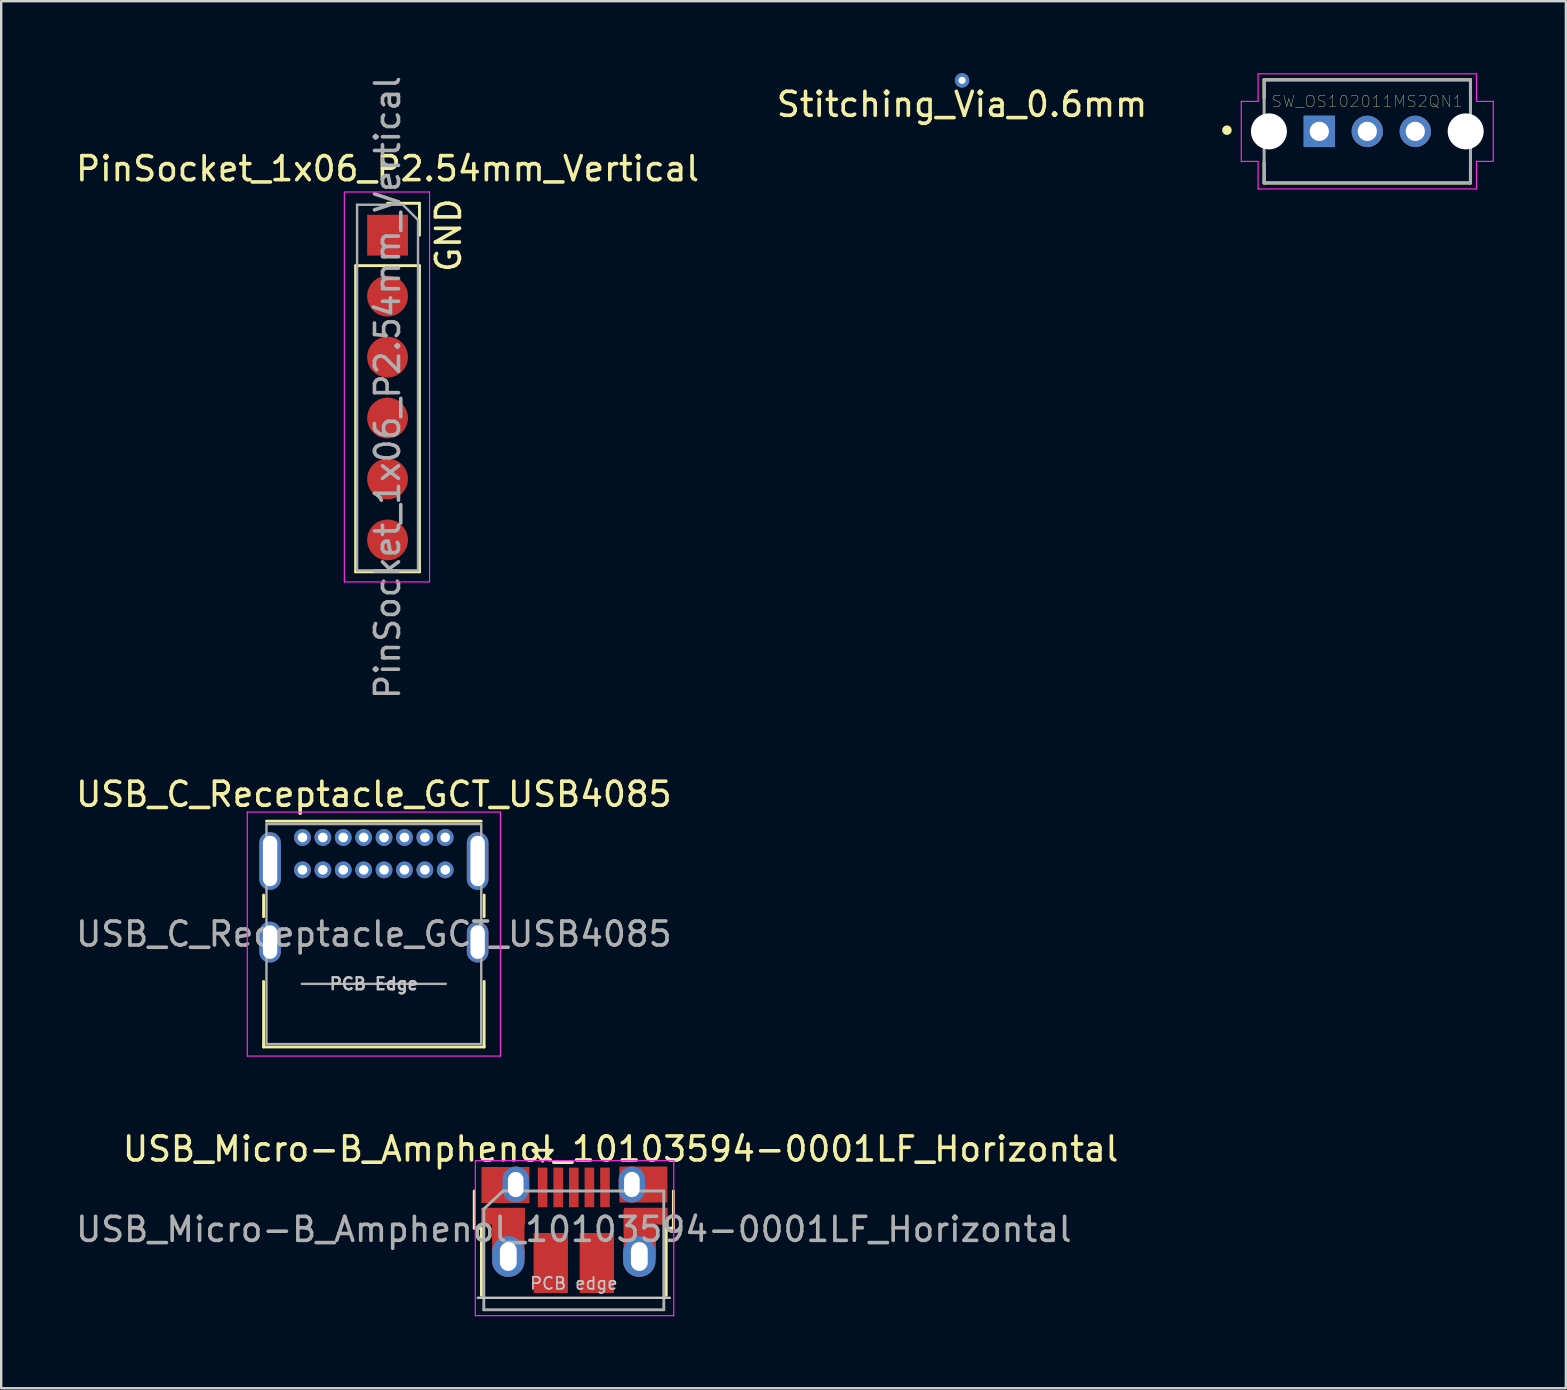
<source format=kicad_pcb>
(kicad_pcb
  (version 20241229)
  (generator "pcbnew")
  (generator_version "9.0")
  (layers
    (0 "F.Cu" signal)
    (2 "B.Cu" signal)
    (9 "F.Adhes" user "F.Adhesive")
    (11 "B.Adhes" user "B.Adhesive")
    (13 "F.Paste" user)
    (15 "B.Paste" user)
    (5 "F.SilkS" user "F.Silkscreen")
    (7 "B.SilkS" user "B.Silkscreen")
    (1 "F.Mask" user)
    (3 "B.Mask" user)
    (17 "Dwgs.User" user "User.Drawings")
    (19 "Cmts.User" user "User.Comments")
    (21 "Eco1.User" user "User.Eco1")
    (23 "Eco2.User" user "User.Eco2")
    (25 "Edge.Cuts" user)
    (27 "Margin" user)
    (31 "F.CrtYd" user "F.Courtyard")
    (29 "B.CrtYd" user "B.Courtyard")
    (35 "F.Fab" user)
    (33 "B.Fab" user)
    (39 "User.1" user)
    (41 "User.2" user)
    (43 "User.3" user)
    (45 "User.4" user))
  (footprint "USB_Micro-B_Amphenol_10103594-0001LF_Horizontal"
    (layer "F.Cu")
    (at 20.888 48.199)
    (property "Reference" "USB_Micro-B_Amphenol_10103594-0001LF_Horizontal" (at 1.925 -3.365 0) (layer "F.SilkS") (effects (font (size 1 1) (thickness 0.15))))
    (attr smd)
    (fp_line (start -4.175 -0.065) (end -4.175 -1.615) (stroke (width 0.12) (type solid)) (layer "F.SilkS"))
    (fp_line (start -4.175 -0.065) (end -3.875 -0.065) (stroke (width 0.12) (type solid)) (layer "F.SilkS"))
    (fp_line (start -3.875 2.735) (end -3.875 -0.065) (stroke (width 0.12) (type solid)) (layer "F.SilkS"))
    (fp_line (start -1.725 -3.315) (end -0.925 -3.315) (stroke (width 0.12) (type solid)) (layer "F.SilkS"))
    (fp_line (start -1.325 -2.865) (end -1.725 -3.315) (stroke (width 0.12) (type solid)) (layer "F.SilkS"))
    (fp_line (start -0.925 -3.315) (end -1.325 -2.865) (stroke (width 0.12) (type solid)) (layer "F.SilkS"))
    (fp_line (start 3.825 -0.065) (end 4.125 -0.065) (stroke (width 0.12) (type solid)) (layer "F.SilkS"))
    (fp_line (start 3.825 2.735) (end 3.825 -0.065) (stroke (width 0.12) (type solid)) (layer "F.SilkS"))
    (fp_line (start 4.125 -0.065) (end 4.125 -1.615) (stroke (width 0.12) (type solid)) (layer "F.SilkS"))
    (fp_line (start -4.025 2.835) (end 3.975 2.835) (stroke (width 0.1) (type solid)) (layer "Dwgs.User"))
    (fp_line (start -4.13 -2.88) (end -4.13 3.58) (stroke (width 0.05) (type solid)) (layer "F.CrtYd"))
    (fp_line (start -4.13 -2.88) (end 4.14 -2.88) (stroke (width 0.05) (type solid)) (layer "F.CrtYd"))
    (fp_line (start 4.14 3.58) (end -4.13 3.58) (stroke (width 0.05) (type solid)) (layer "F.CrtYd"))
    (fp_line (start 4.14 3.58) (end 4.14 -2.88) (stroke (width 0.05) (type solid)) (layer "F.CrtYd"))
    (fp_line (start -3.775 -0.865) (end -2.975 -1.615) (stroke (width 0.12) (type solid)) (layer "F.Fab"))
    (fp_line (start -3.775 3.335) (end -3.775 -0.865) (stroke (width 0.12) (type solid)) (layer "F.Fab"))
    (fp_line (start -2.975 -1.615) (end 3.725 -1.615) (stroke (width 0.12) (type solid)) (layer "F.Fab"))
    (fp_line (start 3.725 -1.615) (end 3.725 3.335) (stroke (width 0.12) (type solid)) (layer "F.Fab"))
    (fp_line (start 3.725 3.335) (end -3.775 3.335) (stroke (width 0.12) (type solid)) (layer "F.Fab"))
    (fp_text user "PCB edge" (at -0.025 2.235 0) (layer "Dwgs.User") (effects (font (size 0.5 0.5) (thickness 0.075))))
    (fp_text user "${REFERENCE}" (at -0.025 -0.015 0) (layer "F.Fab") (effects (font (size 1 1) (thickness 0.15))))
    (pad "1" smd rect (at -1.325 -1.765 90) (size 1.65 0.4) (layers "F.Cu" "F.Mask" "F.Paste"))
    (pad "2" smd rect (at -0.675 -1.765 90) (size 1.65 0.4) (layers "F.Cu" "F.Mask" "F.Paste"))
    (pad "3" smd rect (at -0.025 -1.765 90) (size 1.65 0.4) (layers "F.Cu" "F.Mask" "F.Paste"))
    (pad "4" smd rect (at 0.625 -1.765 90) (size 1.65 0.4) (layers "F.Cu" "F.Mask" "F.Paste"))
    (pad "5" smd rect (at 1.275 -1.765 90) (size 1.65 0.4) (layers "F.Cu" "F.Mask" "F.Paste"))
    (pad "6" smd rect (at -2.975 -0.565) (size 1.825 0.7) (layers "F.Cu" "F.Mask" "F.Paste"))
    (pad "6" smd rect (at -2.875 -1.865) (size 2 1.5) (layers "F.Cu" "F.Mask" "F.Paste"))
    (pad "6" smd rect (at -2.755 0.185) (size 1.35 2) (layers "F.Cu" "F.Mask" "F.Paste"))
    (pad "6" thru_hole oval (at -2.755 1.115 90) (size 1.7 1.35) (drill oval 1.2 0.7) (layers "*.Cu" "*.Mask"))
    (pad "6" thru_hole oval (at -2.445 -1.885 90) (size 1.5 1.1) (drill oval 1.05 0.65) (layers "*.Cu" "*.Mask"))
    (pad "6" smd rect (at -0.985 1.385 90) (size 2.5 1.43) (layers "F.Cu" "F.Mask" "F.Paste"))
    (pad "6" smd rect (at 0.935 1.385 90) (size 2.5 1.43) (layers "F.Cu" "F.Mask" "F.Paste"))
    (pad "6" thru_hole oval (at 2.395 -1.885 90) (size 1.5 1.1) (drill oval 1.05 0.65) (layers "*.Cu" "*.Mask"))
    (pad "6" thru_hole oval (at 2.705 1.115 90) (size 1.7 1.35) (drill oval 1.2 0.7) (layers "*.Cu" "*.Mask"))
    (pad "6" smd rect (at 2.725 0.185) (size 1.35 2) (layers "F.Cu" "F.Mask" "F.Paste"))
    (pad "6" smd rect (at 2.875 -1.885) (size 2 1.5) (layers "F.Cu" "F.Mask" "F.Paste"))
    (pad "6" smd rect (at 2.975 -0.565) (size 1.825 0.7) (layers "F.Cu" "F.Mask" "F.Paste")))
  (footprint "SW_OS102011MS2QN1"
    (layer "F.Cu")
    (at 53.931 2.425)
    (property "Reference" "SW_OS102011MS2QN1" (at 0 -1.25 0) (layer "F.SilkS") (effects (font (size 0.48 0.48) (thickness 0.015))))
    (attr through_hole)
    (fp_line (start -4.3 -2.15) (end -4.3 -1.4) (stroke (width 0.127) (type solid)) (layer "F.SilkS"))
    (fp_line (start -4.3 1.3) (end -4.3 2.15) (stroke (width 0.127) (type solid)) (layer "F.SilkS"))
    (fp_line (start -4.3 2.15) (end 4.3 2.15) (stroke (width 0.127) (type solid)) (layer "F.SilkS"))
    (fp_line (start 4.3 -2.15) (end -4.3 -2.15) (stroke (width 0.127) (type solid)) (layer "F.SilkS"))
    (fp_line (start 4.3 -1.4) (end 4.3 -2.15) (stroke (width 0.127) (type solid)) (layer "F.SilkS"))
    (fp_line (start 4.3 2.15) (end 4.3 1.4) (stroke (width 0.127) (type solid)) (layer "F.SilkS"))
    (fp_circle (center -5.85 -0.05) (end -5.75 -0.05) (stroke (width 0.2) (type solid)) (fill no) (layer "F.SilkS"))
    (fp_line (start -5.25 -1.25) (end -4.55 -1.25) (stroke (width 0.05) (type solid)) (layer "F.CrtYd"))
    (fp_line (start -5.25 1.25) (end -5.25 -1.25) (stroke (width 0.05) (type solid)) (layer "F.CrtYd"))
    (fp_line (start -4.55 -2.4) (end 4.55 -2.4) (stroke (width 0.05) (type solid)) (layer "F.CrtYd"))
    (fp_line (start -4.55 -1.25) (end -4.55 -2.4) (stroke (width 0.05) (type solid)) (layer "F.CrtYd"))
    (fp_line (start -4.55 1.25) (end -5.25 1.25) (stroke (width 0.05) (type solid)) (layer "F.CrtYd"))
    (fp_line (start -4.55 2.4) (end -4.55 1.25) (stroke (width 0.05) (type solid)) (layer "F.CrtYd"))
    (fp_line (start 4.55 -2.4) (end 4.55 -1.25) (stroke (width 0.05) (type solid)) (layer "F.CrtYd"))
    (fp_line (start 4.55 -1.25) (end 5.25 -1.25) (stroke (width 0.05) (type solid)) (layer "F.CrtYd"))
    (fp_line (start 4.55 1.25) (end 4.55 2.4) (stroke (width 0.05) (type solid)) (layer "F.CrtYd"))
    (fp_line (start 4.55 2.4) (end -4.55 2.4) (stroke (width 0.05) (type solid)) (layer "F.CrtYd"))
    (fp_line (start 5.25 -1.25) (end 5.25 1.25) (stroke (width 0.05) (type solid)) (layer "F.CrtYd"))
    (fp_line (start 5.25 1.25) (end 4.55 1.25) (stroke (width 0.05) (type solid)) (layer "F.CrtYd"))
    (fp_line (start -4.3 -2.15) (end 4.3 -2.15) (stroke (width 0.127) (type solid)) (layer "F.Fab"))
    (fp_line (start -4.3 2.15) (end -4.3 -2.15) (stroke (width 0.127) (type solid)) (layer "F.Fab"))
    (fp_line (start 4.3 -2.15) (end 4.3 2.15) (stroke (width 0.127) (type solid)) (layer "F.Fab"))
    (fp_line (start 4.3 2.15) (end -4.3 2.15) (stroke (width 0.127) (type solid)) (layer "F.Fab"))
    (fp_circle (center -2.1 -0.05) (end -2 -0.05) (stroke (width 0.2) (type solid)) (fill no) (layer "F.Fab"))
    (pad "" np_thru_hole circle (at -4.1 0) (size 1.5 1.5) (drill 1.5) (layers "*.Cu" "*.Mask"))
    (pad "" np_thru_hole circle (at 4.1 0) (size 1.5 1.5) (drill 1.5) (layers "*.Cu" "*.Mask"))
    (pad "1" thru_hole rect (at -2 0) (size 1.308 1.308) (drill 0.8) (layers "*.Cu" "*.Mask"))
    (pad "2" thru_hole circle (at 0 0) (size 1.308 1.308) (drill 0.8) (layers "*.Cu" "*.Mask"))
    (pad "3" thru_hole circle (at 2 0) (size 1.308 1.308) (drill 0.8) (layers "*.Cu" "*.Mask")))
  (footprint "PinSocket_1x06_P2.54mm_Vertical"
    (layer "F.Cu")
    (at 13.101 6.751)
    (property "Reference" "PinSocket_1x06_P2.54mm_Vertical" (at 0 -2.77 0) (layer "F.SilkS") (effects (font (size 1 1) (thickness 0.15))))
    (attr through_hole)
    (fp_line (start -1.33 1.27) (end -1.33 14.03) (stroke (width 0.12) (type solid)) (layer "F.SilkS"))
    (fp_line (start -1.33 1.27) (end 1.33 1.27) (stroke (width 0.12) (type solid)) (layer "F.SilkS"))
    (fp_line (start -1.33 14.03) (end 1.33 14.03) (stroke (width 0.12) (type solid)) (layer "F.SilkS"))
    (fp_line (start 0 -1.33) (end 1.33 -1.33) (stroke (width 0.12) (type solid)) (layer "F.SilkS"))
    (fp_line (start 1.33 -1.33) (end 1.33 0) (stroke (width 0.12) (type solid)) (layer "F.SilkS"))
    (fp_line (start 1.33 1.27) (end 1.33 14.03) (stroke (width 0.12) (type solid)) (layer "F.SilkS"))
    (fp_line (start -1.8 -1.8) (end 1.75 -1.8) (stroke (width 0.05) (type solid)) (layer "F.CrtYd"))
    (fp_line (start -1.8 14.45) (end -1.8 -1.8) (stroke (width 0.05) (type solid)) (layer "F.CrtYd"))
    (fp_line (start 1.75 -1.8) (end 1.75 14.45) (stroke (width 0.05) (type solid)) (layer "F.CrtYd"))
    (fp_line (start 1.75 14.45) (end -1.8 14.45) (stroke (width 0.05) (type solid)) (layer "F.CrtYd"))
    (fp_line (start -1.27 -1.27) (end 0.635 -1.27) (stroke (width 0.1) (type solid)) (layer "F.Fab"))
    (fp_line (start -1.27 13.97) (end -1.27 -1.27) (stroke (width 0.1) (type solid)) (layer "F.Fab"))
    (fp_line (start 0.635 -1.27) (end 1.27 -0.635) (stroke (width 0.1) (type solid)) (layer "F.Fab"))
    (fp_line (start 1.27 -0.635) (end 1.27 13.97) (stroke (width 0.1) (type solid)) (layer "F.Fab"))
    (fp_line (start 1.27 13.97) (end -1.27 13.97) (stroke (width 0.1) (type solid)) (layer "F.Fab"))
    (fp_text user "GND" (at 2.54 0 270) (layer "F.SilkS") (effects (font (size 1 1) (thickness 0.15))))
    (fp_text user "${REFERENCE}" (at 0 6.35 90) (layer "F.Fab") (effects (font (size 1 1) (thickness 0.15))))
    (pad "1" smd rect (at 0 0) (size 1.7 1.7) (layers "F.Cu" "F.Mask"))
    (pad "2" smd oval (at 0 2.54) (size 1.7 1.7) (layers "F.Cu" "F.Mask"))
    (pad "3" smd oval (at 0 5.08) (size 1.7 1.7) (layers "F.Cu" "F.Mask"))
    (pad "4" smd oval (at 0 7.62) (size 1.7 1.7) (layers "F.Cu" "F.Mask"))
    (pad "5" smd oval (at 0 10.16) (size 1.7 1.7) (layers "F.Cu" "F.Mask"))
    (pad "6" smd oval (at 0 12.7) (size 1.7 1.7) (layers "F.Cu" "F.Mask")))
  (footprint "Stitching_Via_0.6mm"
    (layer "F.Cu")
    (at 37.042 0.3)
    (property "Reference" "Stitching_Via_0.6mm" (at 0 1 0) (layer "F.SilkS") (effects (font (size 1 1) (thickness 0.15))))
    (attr through_hole)
    (pad "1" thru_hole circle (at 0 0) (size 0.6 0.6) (drill 0.3) (layers "*.Cu")))
  (footprint "USB_C_Receptacle_GCT_USB4085"
    (layer "F.Cu")
    (at 12.555 35.851)
    (property "Reference" "USB_C_Receptacle_GCT_USB4085" (at -0.025 -5.8 0) (layer "F.SilkS") (effects (font (size 1 1) (thickness 0.15))))
    (attr through_hole)
    (fp_line (start -4.62 -1.6) (end -4.62 -0.7) (stroke (width 0.12) (type solid)) (layer "F.SilkS"))
    (fp_line (start -4.62 2) (end -4.62 4.73) (stroke (width 0.12) (type solid)) (layer "F.SilkS"))
    (fp_line (start -4.62 4.73) (end 4.57 4.73) (stroke (width 0.12) (type solid)) (layer "F.SilkS"))
    (fp_line (start -4.5 -4.68) (end 4.45 -4.68) (stroke (width 0.12) (type solid)) (layer "F.SilkS"))
    (fp_line (start 4.57 -1.6) (end 4.57 -0.7) (stroke (width 0.12) (type solid)) (layer "F.SilkS"))
    (fp_line (start 4.57 2) (end 4.57 4.73) (stroke (width 0.12) (type solid)) (layer "F.SilkS"))
    (fp_line (start -5.3 -5.06) (end -5.3 5.11) (stroke (width 0.05) (type solid)) (layer "F.CrtYd"))
    (fp_line (start -5.3 -5.06) (end 5.25 -5.06) (stroke (width 0.05) (type solid)) (layer "F.CrtYd"))
    (fp_line (start -5.3 5.11) (end 5.25 5.11) (stroke (width 0.05) (type solid)) (layer "F.CrtYd"))
    (fp_line (start 5.25 -5.06) (end 5.25 5.11) (stroke (width 0.05) (type solid)) (layer "F.CrtYd"))
    (fp_line (start -4.5 -4.56) (end -4.5 4.61) (stroke (width 0.1) (type solid)) (layer "F.Fab"))
    (fp_line (start -4.5 -4.56) (end 4.45 -4.56) (stroke (width 0.1) (type solid)) (layer "F.Fab"))
    (fp_line (start -4.5 4.61) (end 4.45 4.61) (stroke (width 0.1) (type solid)) (layer "F.Fab"))
    (fp_line (start -3.025 2.1) (end 2.975 2.1) (stroke (width 0.1) (type solid)) (layer "F.Fab"))
    (fp_line (start 4.45 -4.56) (end 4.45 4.61) (stroke (width 0.1) (type solid)) (layer "F.Fab"))
    (fp_text user "PCB Edge" (at -0.025 2.1 0) (layer "Dwgs.User") (effects (font (size 0.5 0.5) (thickness 0.1))))
    (fp_text user "${REFERENCE}" (at -0.025 0.025 0) (layer "F.Fab") (effects (font (size 1 1) (thickness 0.15))))
    (pad "A1" thru_hole circle (at -3 -4) (size 0.7 0.7) (drill 0.4) (layers "*.Cu" "*.Mask"))
    (pad "A4" thru_hole circle (at -2.15 -4) (size 0.7 0.7) (drill 0.4) (layers "*.Cu" "*.Mask"))
    (pad "A5" thru_hole circle (at -1.3 -4) (size 0.7 0.7) (drill 0.4) (layers "*.Cu" "*.Mask"))
    (pad "A6" thru_hole circle (at -0.45 -4) (size 0.7 0.7) (drill 0.4) (layers "*.Cu" "*.Mask"))
    (pad "A7" thru_hole circle (at 0.4 -4) (size 0.7 0.7) (drill 0.4) (layers "*.Cu" "*.Mask"))
    (pad "A8" thru_hole circle (at 1.25 -4) (size 0.7 0.7) (drill 0.4) (layers "*.Cu" "*.Mask"))
    (pad "A9" thru_hole circle (at 2.1 -4) (size 0.7 0.7) (drill 0.4) (layers "*.Cu" "*.Mask"))
    (pad "A12" thru_hole circle (at 2.95 -4) (size 0.7 0.7) (drill 0.4) (layers "*.Cu" "*.Mask"))
    (pad "B1" thru_hole circle (at 2.95 -2.65) (size 0.7 0.7) (drill 0.4) (layers "*.Cu" "*.Mask"))
    (pad "B4" thru_hole circle (at 2.1 -2.65) (size 0.7 0.7) (drill 0.4) (layers "*.Cu" "*.Mask"))
    (pad "B5" thru_hole circle (at 1.25 -2.65) (size 0.7 0.7) (drill 0.4) (layers "*.Cu" "*.Mask"))
    (pad "B6" thru_hole circle (at 0.4 -2.65) (size 0.7 0.7) (drill 0.4) (layers "*.Cu" "*.Mask"))
    (pad "B7" thru_hole circle (at -0.45 -2.65) (size 0.7 0.7) (drill 0.4) (layers "*.Cu" "*.Mask"))
    (pad "B8" thru_hole circle (at -1.3 -2.65) (size 0.7 0.7) (drill 0.4) (layers "*.Cu" "*.Mask"))
    (pad "B9" thru_hole circle (at -2.15 -2.65) (size 0.7 0.7) (drill 0.4) (layers "*.Cu" "*.Mask"))
    (pad "B12" thru_hole circle (at -3 -2.65) (size 0.7 0.7) (drill 0.4) (layers "*.Cu" "*.Mask"))
    (pad "S1" thru_hole oval (at -4.35 -3.02) (size 0.9 2.4) (drill oval 0.6 2.1) (layers "*.Cu" "*.Mask"))
    (pad "S1" thru_hole oval (at -4.35 0.36) (size 0.9 1.7) (drill oval 0.6 1.4) (layers "*.Cu" "*.Mask"))
    (pad "S1" thru_hole oval (at 4.3 -3.02) (size 0.9 2.4) (drill oval 0.6 2.1) (layers "*.Cu" "*.Mask"))
    (pad "S1" thru_hole oval (at 4.3 0.36) (size 0.9 1.7) (drill oval 0.6 1.4) (layers "*.Cu" "*.Mask")))
  (gr_rect
    (start -3 -3)
    (end 62.206 54.804)
    (stroke (width 0.1) (type default))
    (fill no)
    (layer "Edge.Cuts")))
</source>
